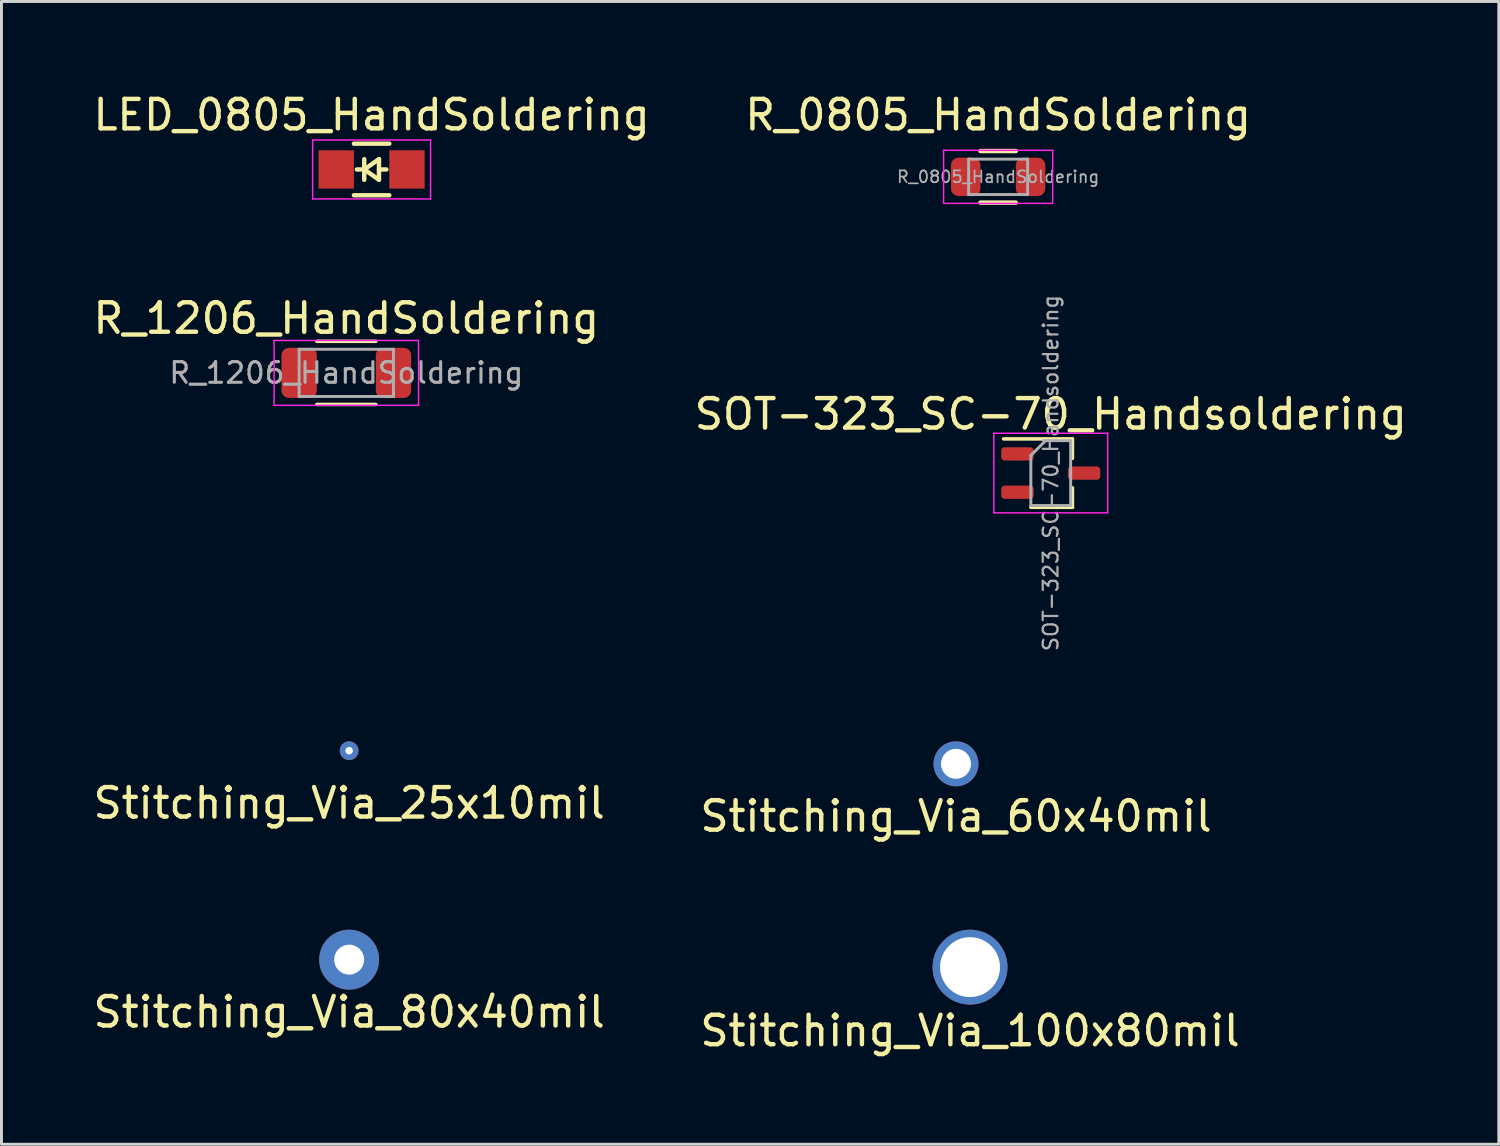
<source format=kicad_pcb>
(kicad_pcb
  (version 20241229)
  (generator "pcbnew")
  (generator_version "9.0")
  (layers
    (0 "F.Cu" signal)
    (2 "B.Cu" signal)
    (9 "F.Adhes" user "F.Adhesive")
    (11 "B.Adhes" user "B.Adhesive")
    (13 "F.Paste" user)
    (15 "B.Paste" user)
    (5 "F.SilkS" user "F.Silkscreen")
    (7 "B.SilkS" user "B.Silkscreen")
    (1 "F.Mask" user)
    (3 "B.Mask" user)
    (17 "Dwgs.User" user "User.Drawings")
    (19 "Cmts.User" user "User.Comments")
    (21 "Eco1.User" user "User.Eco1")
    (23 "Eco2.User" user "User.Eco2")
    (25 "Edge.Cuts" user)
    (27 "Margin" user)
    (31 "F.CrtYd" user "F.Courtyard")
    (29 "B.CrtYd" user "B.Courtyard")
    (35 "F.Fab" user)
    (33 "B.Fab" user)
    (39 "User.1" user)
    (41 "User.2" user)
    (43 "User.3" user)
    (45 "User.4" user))
  (footprint "Stitching_Via_100x80mil"
    (layer "F.Cu")
    (at 29.851 29.753)
    (property "Reference" "Stitching_Via_100x80mil" (at 0 2.159 0) (layer "F.SilkS") (effects (font (size 1 1) (thickness 0.15))))
    (attr through_hole)
    (pad "~" thru_hole circle (at 0 0) (size 2.54 2.54) (drill 2.032) (layers "*.Cu" "*.Mask")))
  (footprint "R_1206_HandSoldering"
    (layer "F.Cu")
    (at 8.696 9.597)
    (property "Reference" "R_1206_HandSoldering" (at 0 -1.85 0) (layer "F.SilkS") (effects (font (size 1 1) (thickness 0.15))))
    (attr smd)
    (fp_line (start -1 -1.07) (end 1 -1.07) (stroke (width 0.12) (type solid)) (layer "F.SilkS"))
    (fp_line (start 1 1.07) (end -1 1.07) (stroke (width 0.12) (type solid)) (layer "F.SilkS"))
    (fp_line (start -2.45 -1.1) (end -2.45 1.1) (stroke (width 0.05) (type solid)) (layer "F.CrtYd"))
    (fp_line (start -2.45 -1.1) (end 2.45 -1.1) (stroke (width 0.05) (type solid)) (layer "F.CrtYd"))
    (fp_line (start 2.45 1.1) (end -2.45 1.1) (stroke (width 0.05) (type solid)) (layer "F.CrtYd"))
    (fp_line (start 2.45 1.1) (end 2.45 -1.1) (stroke (width 0.05) (type solid)) (layer "F.CrtYd"))
    (fp_line (start -1.6 -0.8) (end 1.6 -0.8) (stroke (width 0.1) (type solid)) (layer "F.Fab"))
    (fp_line (start -1.6 0.8) (end -1.6 -0.8) (stroke (width 0.1) (type solid)) (layer "F.Fab"))
    (fp_line (start 1.6 -0.8) (end 1.6 0.8) (stroke (width 0.1) (type solid)) (layer "F.Fab"))
    (fp_line (start 1.6 0.8) (end -1.6 0.8) (stroke (width 0.1) (type solid)) (layer "F.Fab"))
    (fp_text user "${REFERENCE}" (at 0 0 0) (layer "F.Fab") (effects (font (size 0.7 0.7) (thickness 0.105))))
    (pad "1" smd roundrect (at -1.6 0) (size 1.2 1.7) (layers "F.Cu" "F.Mask" "F.Paste") (roundrect_rratio 0.208))
    (pad "2" smd roundrect (at 1.6 0) (size 1.2 1.7) (layers "F.Cu" "F.Mask" "F.Paste") (roundrect_rratio 0.208)))
  (footprint "R_0805_HandSoldering"
    (layer "F.Cu")
    (at 30.804 2.948)
    (property "Reference" "R_0805_HandSoldering" (at 0 -2.1 0) (layer "F.SilkS") (effects (font (size 1 1) (thickness 0.15))))
    (attr smd)
    (fp_line (start -0.6 -0.875) (end 0.6 -0.875) (stroke (width 0.15) (type solid)) (layer "F.SilkS"))
    (fp_line (start 0.6 0.875) (end -0.6 0.875) (stroke (width 0.15) (type solid)) (layer "F.SilkS"))
    (fp_line (start -1.85 -0.9) (end -1.85 0.9) (stroke (width 0.05) (type solid)) (layer "F.CrtYd"))
    (fp_line (start -1.85 -0.9) (end 1.85 -0.9) (stroke (width 0.05) (type solid)) (layer "F.CrtYd"))
    (fp_line (start -1.85 0.9) (end 1.85 0.9) (stroke (width 0.05) (type solid)) (layer "F.CrtYd"))
    (fp_line (start 1.85 -0.9) (end 1.85 0.9) (stroke (width 0.05) (type solid)) (layer "F.CrtYd"))
    (fp_line (start -1 -0.6) (end -1 0.6) (stroke (width 0.1) (type solid)) (layer "F.Fab"))
    (fp_line (start -1 0.6) (end 1 0.6) (stroke (width 0.1) (type solid)) (layer "F.Fab"))
    (fp_line (start 1 -0.6) (end -1 -0.6) (stroke (width 0.1) (type solid)) (layer "F.Fab"))
    (fp_line (start 1 0.6) (end 1 -0.6) (stroke (width 0.1) (type solid)) (layer "F.Fab"))
    (fp_text user "${REFERENCE}" (at 0 0 0) (layer "F.Fab") (effects (font (size 0.4 0.4) (thickness 0.06))))
    (pad "1" smd roundrect (at -1.1 0) (size 1 1.3) (layers "F.Cu" "F.Mask" "F.Paste") (roundrect_rratio 0.25))
    (pad "2" smd roundrect (at 1.1 0) (size 1 1.3) (layers "F.Cu" "F.Mask" "F.Paste") (roundrect_rratio 0.25)))
  (footprint "SOT-323_SC-70_Handsoldering"
    (layer "F.Cu")
    (at 32.589 12.996)
    (property "Reference" "SOT-323_SC-70_Handsoldering" (at 0 -2 0) (layer "F.SilkS") (effects (font (size 1 1) (thickness 0.15))))
    (attr smd)
    (fp_line (start -0.675 1.16) (end 0.735 1.16) (stroke (width 0.12) (type solid)) (layer "F.SilkS"))
    (fp_line (start 0.735 -1.16) (end -1.6 -1.16) (stroke (width 0.12) (type solid)) (layer "F.SilkS"))
    (fp_line (start 0.735 -1.16) (end 0.735 -0.5) (stroke (width 0.12) (type solid)) (layer "F.SilkS"))
    (fp_line (start 0.735 0.5) (end 0.735 1.16) (stroke (width 0.12) (type solid)) (layer "F.SilkS"))
    (fp_line (start -1.93 -1.35) (end 1.93 -1.35) (stroke (width 0.05) (type solid)) (layer "F.CrtYd"))
    (fp_line (start -1.93 1.35) (end -1.93 -1.35) (stroke (width 0.05) (type solid)) (layer "F.CrtYd"))
    (fp_line (start 1.93 -1.35) (end 1.93 1.35) (stroke (width 0.05) (type solid)) (layer "F.CrtYd"))
    (fp_line (start 1.93 1.35) (end -1.93 1.35) (stroke (width 0.05) (type solid)) (layer "F.CrtYd"))
    (fp_line (start -0.675 -0.6) (end -0.675 1.1) (stroke (width 0.1) (type solid)) (layer "F.Fab"))
    (fp_line (start -0.175 -1.1) (end -0.675 -0.6) (stroke (width 0.1) (type solid)) (layer "F.Fab"))
    (fp_line (start 0.675 -1.1) (end -0.175 -1.1) (stroke (width 0.1) (type solid)) (layer "F.Fab"))
    (fp_line (start 0.675 -1.1) (end 0.675 1.1) (stroke (width 0.1) (type solid)) (layer "F.Fab"))
    (fp_line (start 0.675 1.1) (end -0.675 1.1) (stroke (width 0.1) (type solid)) (layer "F.Fab"))
    (fp_text user "${REFERENCE}" (at 0 0 90) (layer "F.Fab") (effects (font (size 0.5 0.5) (thickness 0.075))))
    (pad "1" smd roundrect (at -1.13 -0.65) (size 1.1 0.45) (layers "F.Cu" "F.Mask" "F.Paste") (roundrect_rratio 0.25))
    (pad "2" smd roundrect (at -1.13 0.65) (size 1.1 0.45) (layers "F.Cu" "F.Mask" "F.Paste") (roundrect_rratio 0.25))
    (pad "3" smd roundrect (at 1.13 0) (size 1.1 0.45) (layers "F.Cu" "F.Mask" "F.Paste") (roundrect_rratio 0.25)))
  (footprint "Stitching_Via_60x40mil"
    (layer "F.Cu")
    (at 29.375 22.857)
    (property "Reference" "Stitching_Via_60x40mil" (at 0 1.778 0) (layer "F.SilkS") (effects (font (size 1 1) (thickness 0.15))))
    (attr through_hole)
    (pad "~" thru_hole circle (at 0 0) (size 1.524 1.524) (drill 1.016) (layers "*.Cu" "*.Mask")))
  (footprint "Stitching_Via_80x40mil"
    (layer "F.Cu")
    (at 8.792 29.499)
    (property "Reference" "Stitching_Via_80x40mil" (at 0 1.778 0) (layer "F.SilkS") (effects (font (size 1 1) (thickness 0.15))))
    (attr through_hole)
    (pad "~" thru_hole circle (at 0 0) (size 2.032 2.032) (drill 1.016) (layers "*.Cu" "*.Mask")))
  (footprint "Stitching_Via_25x10mil"
    (layer "F.Cu")
    (at 8.792 22.412)
    (property "Reference" "Stitching_Via_25x10mil" (at 0 1.778 0) (layer "F.SilkS") (effects (font (size 1 1) (thickness 0.15))))
    (attr through_hole)
    (pad "~" thru_hole circle (at 0 0) (size 0.635 0.635) (drill 0.254) (layers "*.Cu" "*.Mask")))
  (footprint "LED_0805_HandSoldering"
    (layer "F.Cu")
    (at 9.554 2.698)
    (property "Reference" "LED_0805_HandSoldering" (at 0 -1.85 0) (layer "F.SilkS") (effects (font (size 1 1) (thickness 0.15))))
    (attr smd)
    (fp_line (start -0.6 -0.875) (end 0.6 -0.875) (stroke (width 0.15) (type solid)) (layer "F.SilkS"))
    (fp_line (start -0.6 0.875) (end 0.6 0.875) (stroke (width 0.15) (type solid)) (layer "F.SilkS"))
    (fp_line (start -0.25 -0.35) (end -0.25 0.35) (stroke (width 0.15) (type solid)) (layer "F.SilkS"))
    (fp_line (start -0.25 0) (end -0.5 0) (stroke (width 0.15) (type solid)) (layer "F.SilkS"))
    (fp_line (start -0.25 0) (end 0.25 -0.35) (stroke (width 0.15) (type solid)) (layer "F.SilkS"))
    (fp_line (start 0.25 -0.35) (end 0.25 0.35) (stroke (width 0.15) (type solid)) (layer "F.SilkS"))
    (fp_line (start 0.25 0) (end 0.5 0) (stroke (width 0.15) (type solid)) (layer "F.SilkS"))
    (fp_line (start 0.25 0.35) (end -0.25 0) (stroke (width 0.15) (type solid)) (layer "F.SilkS"))
    (fp_line (start -2 -1) (end -2 1) (stroke (width 0.05) (type solid)) (layer "F.CrtYd"))
    (fp_line (start -2 -1) (end 2 -1) (stroke (width 0.05) (type solid)) (layer "F.CrtYd"))
    (fp_line (start -2 1) (end 2 1) (stroke (width 0.05) (type solid)) (layer "F.CrtYd"))
    (fp_line (start 2 -1) (end 2 1) (stroke (width 0.05) (type solid)) (layer "F.CrtYd"))
    (pad "1" smd rect (at -1.2 0) (size 1.2 1.3) (layers "F.Cu" "F.Mask" "F.Paste"))
    (pad "2" smd rect (at 1.2 0) (size 1.2 1.3) (layers "F.Cu" "F.Mask" "F.Paste")))
  (gr_rect
    (start -3 -3)
    (end 47.786 35.76)
    (stroke (width 0.1) (type default))
    (fill no)
    (layer "Edge.Cuts")))
</source>
